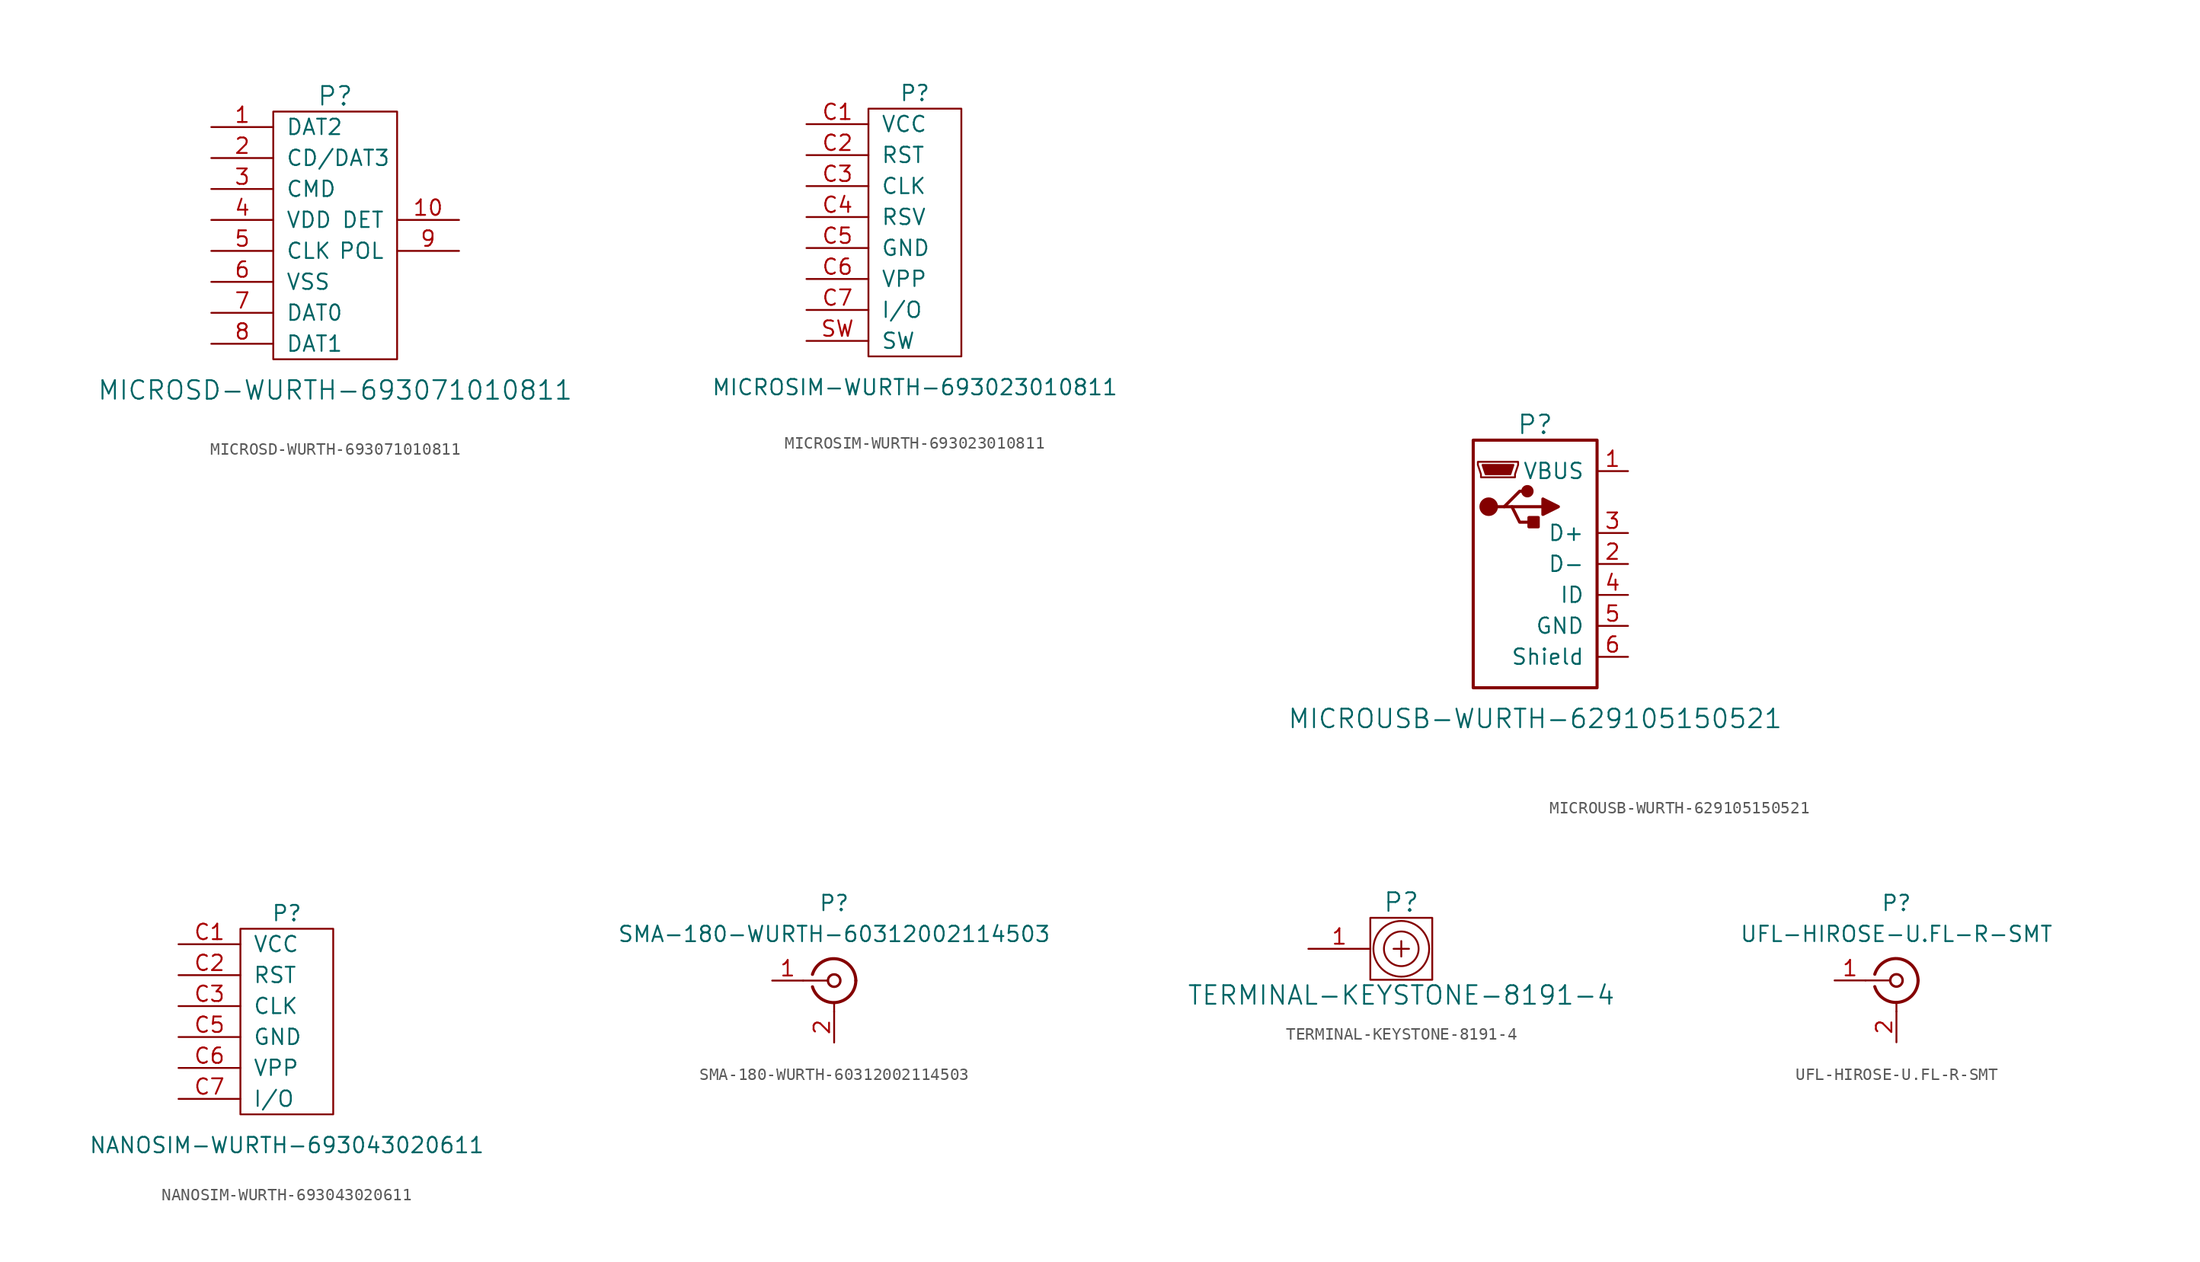
<source format=kicad_sym>
(kicad_symbol_lib
  (version 20201005)
  (generator kicad_symbol_editor)
  (symbol "MICROSD-WURTH-693071010811"
    (pin_names
      (offset 1.016))
    (property "Reference" "P"
      (at 0 11.43 0)
      (effects (font (size 1.524 1.524))))
    (property "Value" "MICROSD-WURTH-693071010811"
      (at 0 -12.7 0)
      (effects (font (size 1.524 1.524))))
    (property "Datasheet" ""
      (at 9.525 0 0)
      (effects (font (size 1.524 1.524))))
    (symbol "MICROSD-WURTH-693071010811_0_1"
      (rectangle (start -5.08 10.16) (end 5.08 -10.16) (stroke (width 0)) (fill (type none))))
    (symbol "MICROSD-WURTH-693071010811_1_1"
      (pin bidirectional line (at -10.16 8.89 0) (length 5.08) (name "DAT2" (effects (font (size 1.27 1.27)))) (number "1" (effects (font (size 1.27 1.27)))))
      (pin passive line (at 10.16 1.27 180) (length 5.08) (name "DET" (effects (font (size 1.27 1.27)))) (number "10" (effects (font (size 1.27 1.27)))))
      (pin bidirectional line (at -10.16 6.35 0) (length 5.08) (name "CD/DAT3" (effects (font (size 1.27 1.27)))) (number "2" (effects (font (size 1.27 1.27)))))
      (pin bidirectional line (at -10.16 3.81 0) (length 5.08) (name "CMD" (effects (font (size 1.27 1.27)))) (number "3" (effects (font (size 1.27 1.27)))))
      (pin power_in line (at -10.16 1.27 0) (length 5.08) (name "VDD" (effects (font (size 1.27 1.27)))) (number "4" (effects (font (size 1.27 1.27)))))
      (pin input line (at -10.16 -1.27 0) (length 5.08) (name "CLK" (effects (font (size 1.27 1.27)))) (number "5" (effects (font (size 1.27 1.27)))))
      (pin power_in line (at -10.16 -3.81 0) (length 5.08) (name "VSS" (effects (font (size 1.27 1.27)))) (number "6" (effects (font (size 1.27 1.27)))))
      (pin bidirectional line (at -10.16 -6.35 0) (length 5.08) (name "DAT0" (effects (font (size 1.27 1.27)))) (number "7" (effects (font (size 1.27 1.27)))))
      (pin bidirectional line (at -10.16 -8.89 0) (length 5.08) (name "DAT1" (effects (font (size 1.27 1.27)))) (number "8" (effects (font (size 1.27 1.27)))))
      (pin passive line (at 10.16 -1.27 180) (length 5.08) (name "POL" (effects (font (size 1.27 1.27)))) (number "9" (effects (font (size 1.27 1.27)))))))
  (symbol "MICROSIM-WURTH-693023010811"
    (pin_names
      (offset 1.016))
    (property "Reference" "P"
      (at 0 11.43 0)
      (effects (font (size 1.27 1.27))))
    (property "Value" "MICROSIM-WURTH-693023010811"
      (at 0 -12.7 0)
      (effects (font (size 1.27 1.27))))
    (symbol "MICROSIM-WURTH-693023010811_0_1"
      (rectangle (start -3.81 10.16) (end 3.81 -10.16) (stroke (width 0)) (fill (type none))))
    (symbol "MICROSIM-WURTH-693023010811_1_1"
      (pin power_in line (at -8.89 8.89 0) (length 5.08) (name "VCC" (effects (font (size 1.27 1.27)))) (number "C1" (effects (font (size 1.27 1.27)))))
      (pin input line (at -8.89 6.35 0) (length 5.08) (name "RST" (effects (font (size 1.27 1.27)))) (number "C2" (effects (font (size 1.27 1.27)))))
      (pin input line (at -8.89 3.81 0) (length 5.08) (name "CLK" (effects (font (size 1.27 1.27)))) (number "C3" (effects (font (size 1.27 1.27)))))
      (pin passive line (at -8.89 1.27 0) (length 5.08) (name "RSV" (effects (font (size 1.27 1.27)))) (number "C4" (effects (font (size 1.27 1.27)))))
      (pin power_in line (at -8.89 -1.27 0) (length 5.08) (name "GND" (effects (font (size 1.27 1.27)))) (number "C5" (effects (font (size 1.27 1.27)))))
      (pin power_in line (at -8.89 -3.81 0) (length 5.08) (name "VPP" (effects (font (size 1.27 1.27)))) (number "C6" (effects (font (size 1.27 1.27)))))
      (pin power_in line (at -8.89 -6.35 0) (length 5.08) (name "I/O" (effects (font (size 1.27 1.27)))) (number "C7" (effects (font (size 1.27 1.27)))))
      (pin passive line (at -8.89 1.27 0) (length 5.08) hide (name "RSV" (effects (font (size 1.27 1.27)))) (number "C8" (effects (font (size 1.27 1.27)))))
      (pin power_in line (at -8.89 -8.89 0) (length 5.08) (name "SW" (effects (font (size 1.27 1.27)))) (number "SW" (effects (font (size 1.27 1.27)))))))
  (symbol "MICROUSB-WURTH-629105150521"
    (pin_names
      (offset 1.016))
    (property "Reference" "P"
      (at 0 11.43 0)
      (effects (font (size 1.524 1.524))))
    (property "Value" "MICROUSB-WURTH-629105150521"
      (at 0 -12.7 0)
      (effects (font (size 1.524 1.524))))
    (property "Datasheet" ""
      (at 43.815 36.83 0)
      (effects (font (size 1.524 1.524))))
    (symbol "MICROUSB-WURTH-629105150521_1_1"
      (circle (center -3.81 4.699) (radius 0.635) (stroke (width 0.254)) (fill (type outline)))
      (circle (center -0.635 5.969) (radius 0.381) (stroke (width 0.254)) (fill (type outline)))
      (rectangle (start -5.08 -10.16) (end 5.08 10.16) (stroke (width 0.254)) (fill (type none)))
      (rectangle (start 0.254 3.81) (end -0.508 3.048) (stroke (width 0.254)) (fill (type outline)))
      (polyline (pts (xy -1.905 4.699) (xy 0.635 4.699)) (stroke (width 0.254)) (fill (type none)))
      (polyline (pts (xy -3.175 4.699) (xy -2.54 4.699) (xy -1.27 5.969) (xy -0.635 5.969)) (stroke (width 0.254)) (fill (type none)))
      (polyline (pts (xy -2.54 4.699) (xy -1.905 4.699) (xy -1.27 3.429) (xy 0 3.429)) (stroke (width 0.254)) (fill (type none)))
      (polyline (pts (xy 0.635 5.334) (xy 0.635 4.064) (xy 1.905 4.699) (xy 0.635 5.334)) (stroke (width 0.254)) (fill (type outline)))
      (polyline (pts (xy -4.318 8.128) (xy -1.778 8.128) (xy -2.032 7.366) (xy -4.064 7.366) (xy -4.318 8.128)) (stroke (width 0)) (fill (type outline)))
      (polyline (pts (xy -4.699 8.382) (xy -4.699 8.128) (xy -4.445 7.366) (xy -4.445 7.112) (xy -1.651 7.112) (xy -1.651 7.366) (xy -1.397 8.128) (xy -1.397 8.382) (xy -4.699 8.382)) (stroke (width 0)) (fill (type none)))
      (pin power_out line (at 7.62 7.62 180) (length 2.54) (name "VBUS" (effects (font (size 1.27 1.27)))) (number "1" (effects (font (size 1.27 1.27)))))
      (pin bidirectional line (at 7.62 0 180) (length 2.54) (name "D-" (effects (font (size 1.27 1.27)))) (number "2" (effects (font (size 1.27 1.27)))))
      (pin bidirectional line (at 7.62 2.54 180) (length 2.54) (name "D+" (effects (font (size 1.27 1.27)))) (number "3" (effects (font (size 1.27 1.27)))))
      (pin passive line (at 7.62 -2.54 180) (length 2.54) (name "ID" (effects (font (size 1.27 1.27)))) (number "4" (effects (font (size 1.27 1.27)))))
      (pin power_out line (at 7.62 -5.08 180) (length 2.54) (name "GND" (effects (font (size 1.27 1.27)))) (number "5" (effects (font (size 1.27 1.27)))))
      (pin passive line (at 7.62 -7.62 180) (length 2.54) (name "Shield" (effects (font (size 1.27 1.27)))) (number "6" (effects (font (size 1.27 1.27)))))))
  (symbol "NANOSIM-WURTH-693043020611"
    (pin_names
      (offset 1.016))
    (property "Reference" "P"
      (at 0 8.89 0)
      (effects (font (size 1.27 1.27))))
    (property "Value" "NANOSIM-WURTH-693043020611"
      (at 0 -10.16 0)
      (effects (font (size 1.27 1.27))))
    (symbol "NANOSIM-WURTH-693043020611_0_1"
      (rectangle (start -3.81 7.62) (end 3.81 -7.62) (stroke (width 0)) (fill (type none))))
    (symbol "NANOSIM-WURTH-693043020611_1_1"
      (pin power_in line (at -8.89 6.35 0) (length 5.08) (name "VCC" (effects (font (size 1.27 1.27)))) (number "C1" (effects (font (size 1.27 1.27)))))
      (pin input line (at -8.89 3.81 0) (length 5.08) (name "RST" (effects (font (size 1.27 1.27)))) (number "C2" (effects (font (size 1.27 1.27)))))
      (pin input line (at -8.89 1.27 0) (length 5.08) (name "CLK" (effects (font (size 1.27 1.27)))) (number "C3" (effects (font (size 1.27 1.27)))))
      (pin power_in line (at -8.89 -1.27 0) (length 5.08) (name "GND" (effects (font (size 1.27 1.27)))) (number "C5" (effects (font (size 1.27 1.27)))))
      (pin power_in line (at -8.89 -3.81 0) (length 5.08) (name "VPP" (effects (font (size 1.27 1.27)))) (number "C6" (effects (font (size 1.27 1.27)))))
      (pin power_in line (at -8.89 -6.35 0) (length 5.08) (name "I/O" (effects (font (size 1.27 1.27)))) (number "C7" (effects (font (size 1.27 1.27)))))))
  (symbol "SMA-180-WURTH-60312002114503"
    (pin_names
      (offset 1.016) hide)
    (property "Reference" "P"
      (at 0 6.35 0)
      (effects (font (size 1.27 1.27))))
    (property "Value" "SMA-180-WURTH-60312002114503"
      (at 0 3.81 0)
      (effects (font (size 1.27 1.27))))
    (symbol "SMA-180-WURTH-60312002114503_0_1"
      (arc (start -1.778 0.508) (end 1.778 0) (radius (at -0.0508 0) (length 1.8034) (angles 163.6 0)) (stroke (width 0.254)) (fill (type none)))
      (arc (start 1.778 0) (end -1.778 -0.508) (radius (at -0.0254 0) (length 1.8034) (angles 0 -163.8)) (stroke (width 0.254)) (fill (type none)))
      (circle (center 0 0) (radius 0.508) (stroke (width 0.203)) (fill (type none)))
      (polyline (pts (xy -2.54 0) (xy -0.508 0)) (stroke (width 0)) (fill (type none)))
      (polyline (pts (xy 0 -2.54) (xy 0 -1.778)) (stroke (width 0)) (fill (type none))))
    (symbol "SMA-180-WURTH-60312002114503_1_1"
      (pin passive line (at -5.08 0 0) (length 2.54) (name "In" (effects (font (size 1.27 1.27)))) (number "1" (effects (font (size 1.27 1.27)))))
      (pin passive line (at 0 -5.08 90) (length 2.54) (name "Ext" (effects (font (size 1.27 1.27)))) (number "2" (effects (font (size 1.27 1.27)))))))
  (symbol "TERMINAL-KEYSTONE-8191-4"
    (pin_names
      (offset 1.016))
    (property "Reference" "P"
      (at 0 3.81 0)
      (effects (font (size 1.524 1.524))))
    (property "Value" "TERMINAL-KEYSTONE-8191-4"
      (at 0 -3.81 0)
      (effects (font (size 1.524 1.524))))
    (property "Datasheet" ""
      (at 9.525 0 0)
      (effects (font (size 1.524 1.524))))
    (symbol "TERMINAL-KEYSTONE-8191-4_0_1"
      (circle (center 0 0) (radius 1.422) (stroke (width 0)) (fill (type none)))
      (circle (center 0 0) (radius 2.286) (stroke (width 0)) (fill (type none)))
      (rectangle (start -2.54 2.54) (end 2.54 -2.54) (stroke (width 0)) (fill (type none)))
      (polyline (pts (xy -0.635 0) (xy 0.635 0)) (stroke (width 0)) (fill (type none)))
      (polyline (pts (xy 0 0.635) (xy 0 -0.635)) (stroke (width 0)) (fill (type none))))
    (symbol "TERMINAL-KEYSTONE-8191-4_1_1"
      (pin unspecified line (at -7.62 0 0) (length 5.08) (name "~" (effects (font (size 1.27 1.27)))) (number "1" (effects (font (size 1.27 1.27)))))))
  (symbol "UFL-HIROSE-U.FL-R-SMT"
    (pin_names
      (offset 1.016) hide)
    (property "Reference" "P"
      (at 0 6.35 0)
      (effects (font (size 1.27 1.27))))
    (property "Value" "UFL-HIROSE-U.FL-R-SMT"
      (at 0 3.81 0)
      (effects (font (size 1.27 1.27))))
    (symbol "UFL-HIROSE-U.FL-R-SMT_0_1"
      (arc (start -1.778 0.508) (end 1.778 0) (radius (at -0.0508 0) (length 1.8034) (angles 163.6 0)) (stroke (width 0.254)) (fill (type none)))
      (arc (start 1.778 0) (end -1.778 -0.508) (radius (at -0.0254 0) (length 1.8034) (angles 0 -163.8)) (stroke (width 0.254)) (fill (type none)))
      (circle (center 0 0) (radius 0.508) (stroke (width 0.203)) (fill (type none)))
      (polyline (pts (xy -2.54 0) (xy -0.508 0)) (stroke (width 0)) (fill (type none)))
      (polyline (pts (xy 0 -2.54) (xy 0 -1.778)) (stroke (width 0)) (fill (type none))))
    (symbol "UFL-HIROSE-U.FL-R-SMT_1_1"
      (pin passive line (at -5.08 0 0) (length 2.54) (name "In" (effects (font (size 1.27 1.27)))) (number "1" (effects (font (size 1.27 1.27)))))
      (pin passive line (at 0 -5.08 90) (length 2.54) (name "Ext" (effects (font (size 1.27 1.27)))) (number "2" (effects (font (size 1.27 1.27))))))))
</source>
